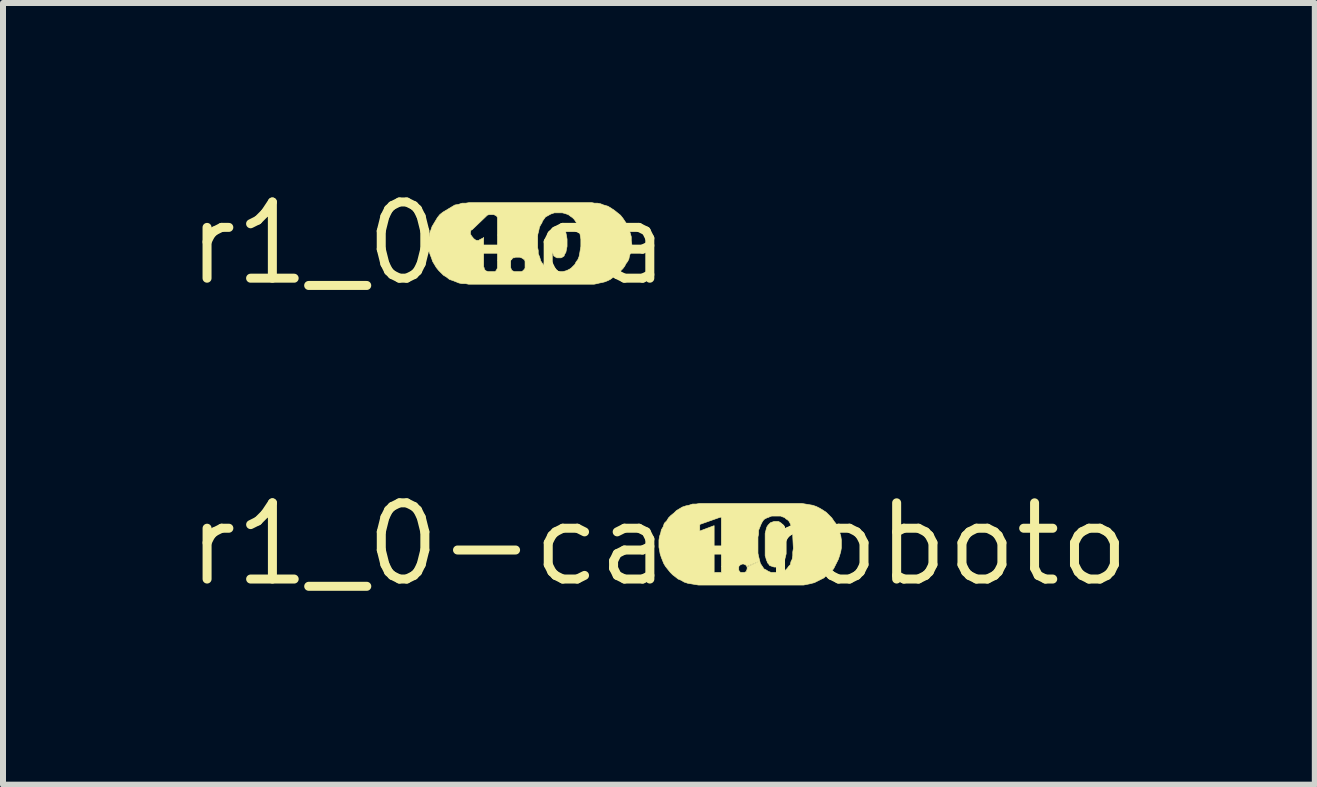
<source format=kicad_pcb>
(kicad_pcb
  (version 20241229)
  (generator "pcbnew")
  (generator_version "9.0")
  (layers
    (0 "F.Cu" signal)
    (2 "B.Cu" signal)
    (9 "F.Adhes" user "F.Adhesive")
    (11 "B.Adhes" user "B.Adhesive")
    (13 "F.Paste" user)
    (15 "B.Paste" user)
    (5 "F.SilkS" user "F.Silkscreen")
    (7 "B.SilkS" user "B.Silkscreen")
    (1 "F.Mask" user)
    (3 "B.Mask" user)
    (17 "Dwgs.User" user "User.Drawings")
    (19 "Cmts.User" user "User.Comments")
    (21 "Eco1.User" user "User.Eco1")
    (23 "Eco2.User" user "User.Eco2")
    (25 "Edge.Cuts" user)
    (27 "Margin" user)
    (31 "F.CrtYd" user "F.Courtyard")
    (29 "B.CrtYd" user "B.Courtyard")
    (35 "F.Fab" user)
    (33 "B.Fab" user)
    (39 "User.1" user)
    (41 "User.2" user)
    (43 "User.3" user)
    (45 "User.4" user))
  (footprint "r1_0-ca-roboto"
    (layer "F.Cu")
    (at 7.93 6.019)
    (property "Reference" "r1_0-ca-roboto" (at 0 0 0) (layer "F.SilkS") (effects (font (size 1.27 1.27) (thickness 0.15))))
    (attr board_only exclude_from_pos_files exclude_from_bom)
    (fp_poly (pts (xy 2.12 -0.09) (xy 2.12 -0.14) (xy 2.12 -0.19) (xy 2.11 -0.22) (xy 2.1 -0.26) (xy 2.09 -0.29) (xy 2.08 -0.31) (xy 2.06 -0.33) (xy 2.04 -0.35) (xy 2.01 -0.37) (xy 1.99 -0.38) (xy 1.95 -0.38) (xy 1.92 -0.38) (xy 1.89 -0.37) (xy 1.86 -0.36) (xy 1.84 -0.34) (xy 1.82 -0.32) (xy 1.8 -0.29) (xy 1.79 -0.26) (xy 1.78 -0.22) (xy 1.77 -0.18) (xy 1.77 -0.11) (xy 1.77 0.09) (xy 1.77 0.14) (xy 1.77 0.19) (xy 1.78 0.22) (xy 1.79 0.26) (xy 1.8 0.28) (xy 1.81 0.31) (xy 1.83 0.33) (xy 1.84 0.35) (xy 1.86 0.36) (xy 1.89 0.37) (xy 1.92 0.38) (xy 1.96 0.38) (xy 1.99 0.37) (xy 2.02 0.36) (xy 2.04 0.35) (xy 2.06 0.33) (xy 2.08 0.31) (xy 2.09 0.28) (xy 2.1 0.24) (xy 2.11 0.2) (xy 2.12 0.16) (xy 2.12 0.09) (xy 2.12 -0.09)) (stroke (width 0.01) (type solid)) (fill yes) (layer "F.SilkS"))
    (fp_poly (pts (xy 0.68 -0.68) (xy 0.62 -0.67) (xy 0.56 -0.67) (xy 0.5 -0.65) (xy 0.45 -0.64) (xy 0.39 -0.62) (xy 0.34 -0.59) (xy 0.29 -0.56) (xy 0.25 -0.52) (xy 0.2 -0.48) (xy 0.16 -0.44) (xy 0.13 -0.39) (xy 0.09 -0.35) (xy 0.07 -0.29) (xy 0.04 -0.24) (xy 0.03 -0.19) (xy 0.01 -0.13) (xy 0 -0.07) (xy 0 -0.01) (xy 0 0.05) (xy 0.01 0.1) (xy 0.02 0.16) (xy 0.04 0.22) (xy 0.06 0.27) (xy 0.08 0.32) (xy 0.11 0.37) (xy 0.15 0.42) (xy 0.19 0.47) (xy 0.23 0.51) (xy 0.27 0.54) (xy 0.32 0.58) (xy 0.37 0.6) (xy 0.42 0.63) (xy 0.48 0.65) (xy 0.54 0.66) (xy 0.6 0.67) (xy 0.66 0.68) (xy 0.92 0.47) (xy 0.92 -0.31) (xy 0.68 -0.22) (xy 0.68 -0.33) (xy 1.02 -0.45) (xy 1.04 -0.45) (xy 1.04 0.47) (xy 1.33 0.42) (xy 1.33 0.41) (xy 1.33 0.39) (xy 1.33 0.37) (xy 1.34 0.36) (xy 1.35 0.35) (xy 1.36 0.34) (xy 1.37 0.34) (xy 1.38 0.33) (xy 1.4 0.33) (xy 1.42 0.33) (xy 1.43 0.34) (xy 1.44 0.34) (xy 1.45 0.35) (xy 1.46 0.36) (xy 1.46 0.37) (xy 1.68 0.28) (xy 1.67 0.24) (xy 1.66 0.2) (xy 1.65 0.15) (xy 1.65 0.09) (xy 1.65 -0.12) (xy 1.66 -0.17) (xy 1.66 -0.23) (xy 1.68 -0.28) (xy 1.7 -0.33) (xy 1.72 -0.37) (xy 1.74 -0.4) (xy 1.76 -0.42) (xy 1.78 -0.43) (xy 1.8 -0.44) (xy 1.83 -0.45) (xy 1.85 -0.46) (xy 1.88 -0.47) (xy 1.91 -0.47) (xy 1.94 -0.47) (xy 1.97 -0.47) (xy 2 -0.47) (xy 2.03 -0.47) (xy 2.05 -0.46) (xy 2.08 -0.45) (xy 2.1 -0.44) (xy 2.12 -0.42) (xy 2.14 -0.41) (xy 2.17 -0.38) (xy 2.19 -0.34) (xy 2.21 -0.29) (xy 2.22 -0.24) (xy 2.23 -0.19) (xy 2.23 -0.13) (xy 2.24 0.07) (xy 2.23 0.13) (xy 2.23 0.19) (xy 2.22 0.25) (xy 2.2 0.29) (xy 2.19 0.34) (xy 2.16 0.37) (xy 2.14 0.4) (xy 2.11 0.43) (xy 2.09 0.44) (xy 2.07 0.45) (xy 2.02 0.47) (xy 1.97 0.47) (xy 1.92 0.47) (xy 1.87 0.47) (xy 1.82 0.45) (xy 1.79 0.43) (xy 1.75 0.41) (xy 1.73 0.38) (xy 1.71 0.35) (xy 1.69 0.32) (xy 1.68 0.28) (xy 1.47 0.38) (xy 1.47 0.39) (xy 1.47 0.41) (xy 1.47 0.42) (xy 1.46 0.43) (xy 1.46 0.45) (xy 1.45 0.46) (xy 1.44 0.46) (xy 1.43 0.47) (xy 1.41 0.47) (xy 1.4 0.47) (xy 1.38 0.47) (xy 1.37 0.47) (xy 1.36 0.47) (xy 1.35 0.46) (xy 1.34 0.45) (xy 1.33 0.43) (xy 1.33 0.42) (xy 1.04 0.47) (xy 0.92 0.47) (xy 0.66 0.68) (xy 2.37 0.68) (xy 2.41 0.68) (xy 2.46 0.67) (xy 2.51 0.66) (xy 2.55 0.65) (xy 2.59 0.64) (xy 2.63 0.62) (xy 2.67 0.6) (xy 2.71 0.58) (xy 2.75 0.56) (xy 2.78 0.53) (xy 2.82 0.5) (xy 2.85 0.47) (xy 2.88 0.44) (xy 2.91 0.41) (xy 2.93 0.37) (xy 2.95 0.33) (xy 2.97 0.29) (xy 2.99 0.25) (xy 3.01 0.19) (xy 3.03 0.12) (xy 3.04 0.06) (xy 3.04 -0.01) (xy 3.04 -0.07) (xy 3.03 -0.14) (xy 3.01 -0.2) (xy 2.99 -0.27) (xy 2.96 -0.33) (xy 2.92 -0.38) (xy 2.88 -0.44) (xy 2.84 -0.48) (xy 2.79 -0.53) (xy 2.73 -0.57) (xy 2.68 -0.6) (xy 2.62 -0.63) (xy 2.56 -0.65) (xy 2.5 -0.66) (xy 2.44 -0.67) (xy 2.38 -0.68) (xy 0.68 -0.68)) (stroke (width 0.01) (type solid)) (fill yes) (layer "F.SilkS")))
  (footprint "r1_0-ca"
    (layer "F.Cu")
    (at 4.089 1.006)
    (property "Reference" "r1_0-ca" (at 0 0 0) (layer "F.SilkS") (effects (font (size 1.27 1.27) (thickness 0.15))))
    (attr board_only exclude_from_pos_files exclude_from_bom)
    (fp_poly (pts (xy 2.17 0.24) (xy 2.21 0.24) (xy 2.23 0.23) (xy 2.26 0.21) (xy 2.27 0.18) (xy 2.29 0.15) (xy 2.3 0.1) (xy 2.31 0.05) (xy 2.31 -0.01) (xy 2.31 -0.07) (xy 2.3 -0.13) (xy 2.29 -0.18) (xy 2.28 -0.21) (xy 2.26 -0.24) (xy 2.25 -0.26) (xy 2.24 -0.27) (xy 2.22 -0.27) (xy 2.21 -0.28) (xy 2.2 -0.28) (xy 2.18 -0.28) (xy 2.15 -0.28) (xy 2.13 -0.28) (xy 2.12 -0.27) (xy 2.1 -0.25) (xy 2.08 -0.22) (xy 2.07 -0.19) (xy 2.05 -0.14) (xy 2.05 -0.09) (xy 2.05 -0.03) (xy 2.05 0.03) (xy 2.05 0.09) (xy 2.06 0.14) (xy 2.08 0.18) (xy 2.09 0.21) (xy 2.11 0.22) (xy 2.12 0.23) (xy 2.13 0.23) (xy 2.14 0.24) (xy 2.16 0.24) (xy 2.17 0.24)) (stroke (width 0.01) (type solid)) (fill yes) (layer "F.SilkS"))
    (fp_poly (pts (xy 0.68 -0.68) (xy 0.62 -0.67) (xy 0.56 -0.67) (xy 0.5 -0.65) (xy 0.44 -0.64) (xy 0.39 -0.61) (xy 0.34 -0.58) (xy 0.29 -0.55) (xy 0.24 -0.52) (xy 0.19 -0.48) (xy 0.15 -0.43) (xy 0.12 -0.38) (xy 0.09 -0.33) (xy 0.06 -0.28) (xy 0.04 -0.22) (xy 0.02 -0.17) (xy 0.01 -0.11) (xy 0 -0.05) (xy 0 0.01) (xy 0 0.07) (xy 0.01 0.13) (xy 0.03 0.19) (xy 0.05 0.24) (xy 0.07 0.3) (xy 0.1 0.35) (xy 0.13 0.4) (xy 0.17 0.45) (xy 0.21 0.49) (xy 0.25 0.53) (xy 0.3 0.56) (xy 0.35 0.6) (xy 0.41 0.62) (xy 0.46 0.64) (xy 0.51 0.66) (xy 0.56 0.67) (xy 0.62 0.67) (xy 0.67 0.68) (xy 0.95 0.45) (xy 0.93 0.43) (xy 0.93 0.41) (xy 0.92 0.39) (xy 0.92 0.36) (xy 0.92 -0.1) (xy 0.91 -0.09) (xy 0.89 -0.08) (xy 0.87 -0.07) (xy 0.85 -0.06) (xy 0.84 -0.05) (xy 0.82 -0.05) (xy 0.81 -0.05) (xy 0.8 -0.05) (xy 0.78 -0.06) (xy 0.77 -0.07) (xy 0.75 -0.08) (xy 0.74 -0.1) (xy 0.72 -0.12) (xy 0.71 -0.14) (xy 0.7 -0.15) (xy 0.7 -0.17) (xy 0.7 -0.18) (xy 0.7 -0.2) (xy 0.71 -0.22) (xy 0.73 -0.23) (xy 0.96 -0.45) (xy 0.98 -0.47) (xy 1.01 -0.48) (xy 1.03 -0.48) (xy 1.06 -0.48) (xy 1.09 -0.48) (xy 1.13 -0.46) (xy 1.14 -0.45) (xy 1.15 -0.43) (xy 1.15 0.41) (xy 1.37 0.4) (xy 1.37 0.37) (xy 1.37 0.31) (xy 1.37 0.3) (xy 1.37 0.28) (xy 1.39 0.27) (xy 1.39 0.26) (xy 1.41 0.24) (xy 1.43 0.24) (xy 1.45 0.23) (xy 1.48 0.23) (xy 1.52 0.23) (xy 1.55 0.24) (xy 1.57 0.25) (xy 1.58 0.26) (xy 1.6 0.27) (xy 1.61 0.3) (xy 1.85 0.22) (xy 1.83 0.17) (xy 1.83 0.12) (xy 1.82 0.07) (xy 1.82 0.02) (xy 1.82 -0.04) (xy 1.82 -0.09) (xy 1.82 -0.14) (xy 1.83 -0.18) (xy 1.84 -0.22) (xy 1.85 -0.27) (xy 1.87 -0.31) (xy 1.89 -0.34) (xy 1.9 -0.37) (xy 1.95 -0.44) (xy 2.04 -0.49) (xy 2.07 -0.5) (xy 2.1 -0.51) (xy 2.14 -0.51) (xy 2.19 -0.51) (xy 2.23 -0.51) (xy 2.27 -0.5) (xy 2.3 -0.49) (xy 2.33 -0.48) (xy 2.37 -0.45) (xy 2.4 -0.43) (xy 2.43 -0.4) (xy 2.45 -0.37) (xy 2.47 -0.34) (xy 2.49 -0.3) (xy 2.51 -0.25) (xy 2.52 -0.19) (xy 2.53 -0.13) (xy 2.54 -0.07) (xy 2.54 -0.01) (xy 2.54 0.05) (xy 2.53 0.11) (xy 2.52 0.17) (xy 2.51 0.22) (xy 2.49 0.27) (xy 2.46 0.31) (xy 2.44 0.35) (xy 2.41 0.38) (xy 2.38 0.41) (xy 2.35 0.43) (xy 2.31 0.45) (xy 2.28 0.46) (xy 2.24 0.47) (xy 2.21 0.47) (xy 2.17 0.47) (xy 2.13 0.47) (xy 2.1 0.47) (xy 2.06 0.46) (xy 2.03 0.44) (xy 2 0.43) (xy 1.97 0.41) (xy 1.95 0.39) (xy 1.93 0.37) (xy 1.91 0.35) (xy 1.89 0.32) (xy 1.87 0.29) (xy 1.86 0.25) (xy 1.85 0.22) (xy 1.61 0.3) (xy 1.61 0.33) (xy 1.61 0.36) (xy 1.61 0.39) (xy 1.61 0.41) (xy 1.6 0.43) (xy 1.58 0.45) (xy 1.57 0.46) (xy 1.55 0.47) (xy 1.52 0.47) (xy 1.49 0.47) (xy 1.46 0.47) (xy 1.43 0.47) (xy 1.41 0.46) (xy 1.39 0.45) (xy 1.38 0.43) (xy 1.37 0.4) (xy 1.15 0.41) (xy 1.14 0.43) (xy 1.13 0.45) (xy 1.11 0.47) (xy 1.08 0.47) (xy 1.05 0.47) (xy 1.01 0.47) (xy 0.99 0.47) (xy 0.97 0.46) (xy 0.96 0.46) (xy 0.95 0.45) (xy 0.67 0.68) (xy 2.71 0.68) (xy 2.76 0.68) (xy 2.81 0.67) (xy 2.85 0.66) (xy 2.9 0.65) (xy 2.94 0.64) (xy 2.99 0.62) (xy 3.03 0.6) (xy 3.07 0.57) (xy 3.11 0.55) (xy 3.14 0.52) (xy 3.18 0.49) (xy 3.21 0.45) (xy 3.24 0.42) (xy 3.27 0.38) (xy 3.29 0.34) (xy 3.32 0.3) (xy 3.34 0.26) (xy 3.35 0.21) (xy 3.37 0.15) (xy 3.38 0.08) (xy 3.39 0.02) (xy 3.38 -0.05) (xy 3.38 -0.11) (xy 3.36 -0.18) (xy 3.34 -0.24) (xy 3.32 -0.3) (xy 3.28 -0.36) (xy 3.24 -0.42) (xy 3.2 -0.47) (xy 3.15 -0.51) (xy 3.1 -0.55) (xy 3.04 -0.59) (xy 2.99 -0.62) (xy 2.92 -0.64) (xy 2.87 -0.66) (xy 2.82 -0.67) (xy 2.77 -0.67) (xy 2.72 -0.68) (xy 0.68 -0.68)) (stroke (width 0.01) (type solid)) (fill yes) (layer "F.SilkS")))
  (gr_rect
    (start -3 -3)
    (end 18.859 10.025)
    (stroke (width 0.1) (type default))
    (fill no)
    (layer "Edge.Cuts")))
</source>
